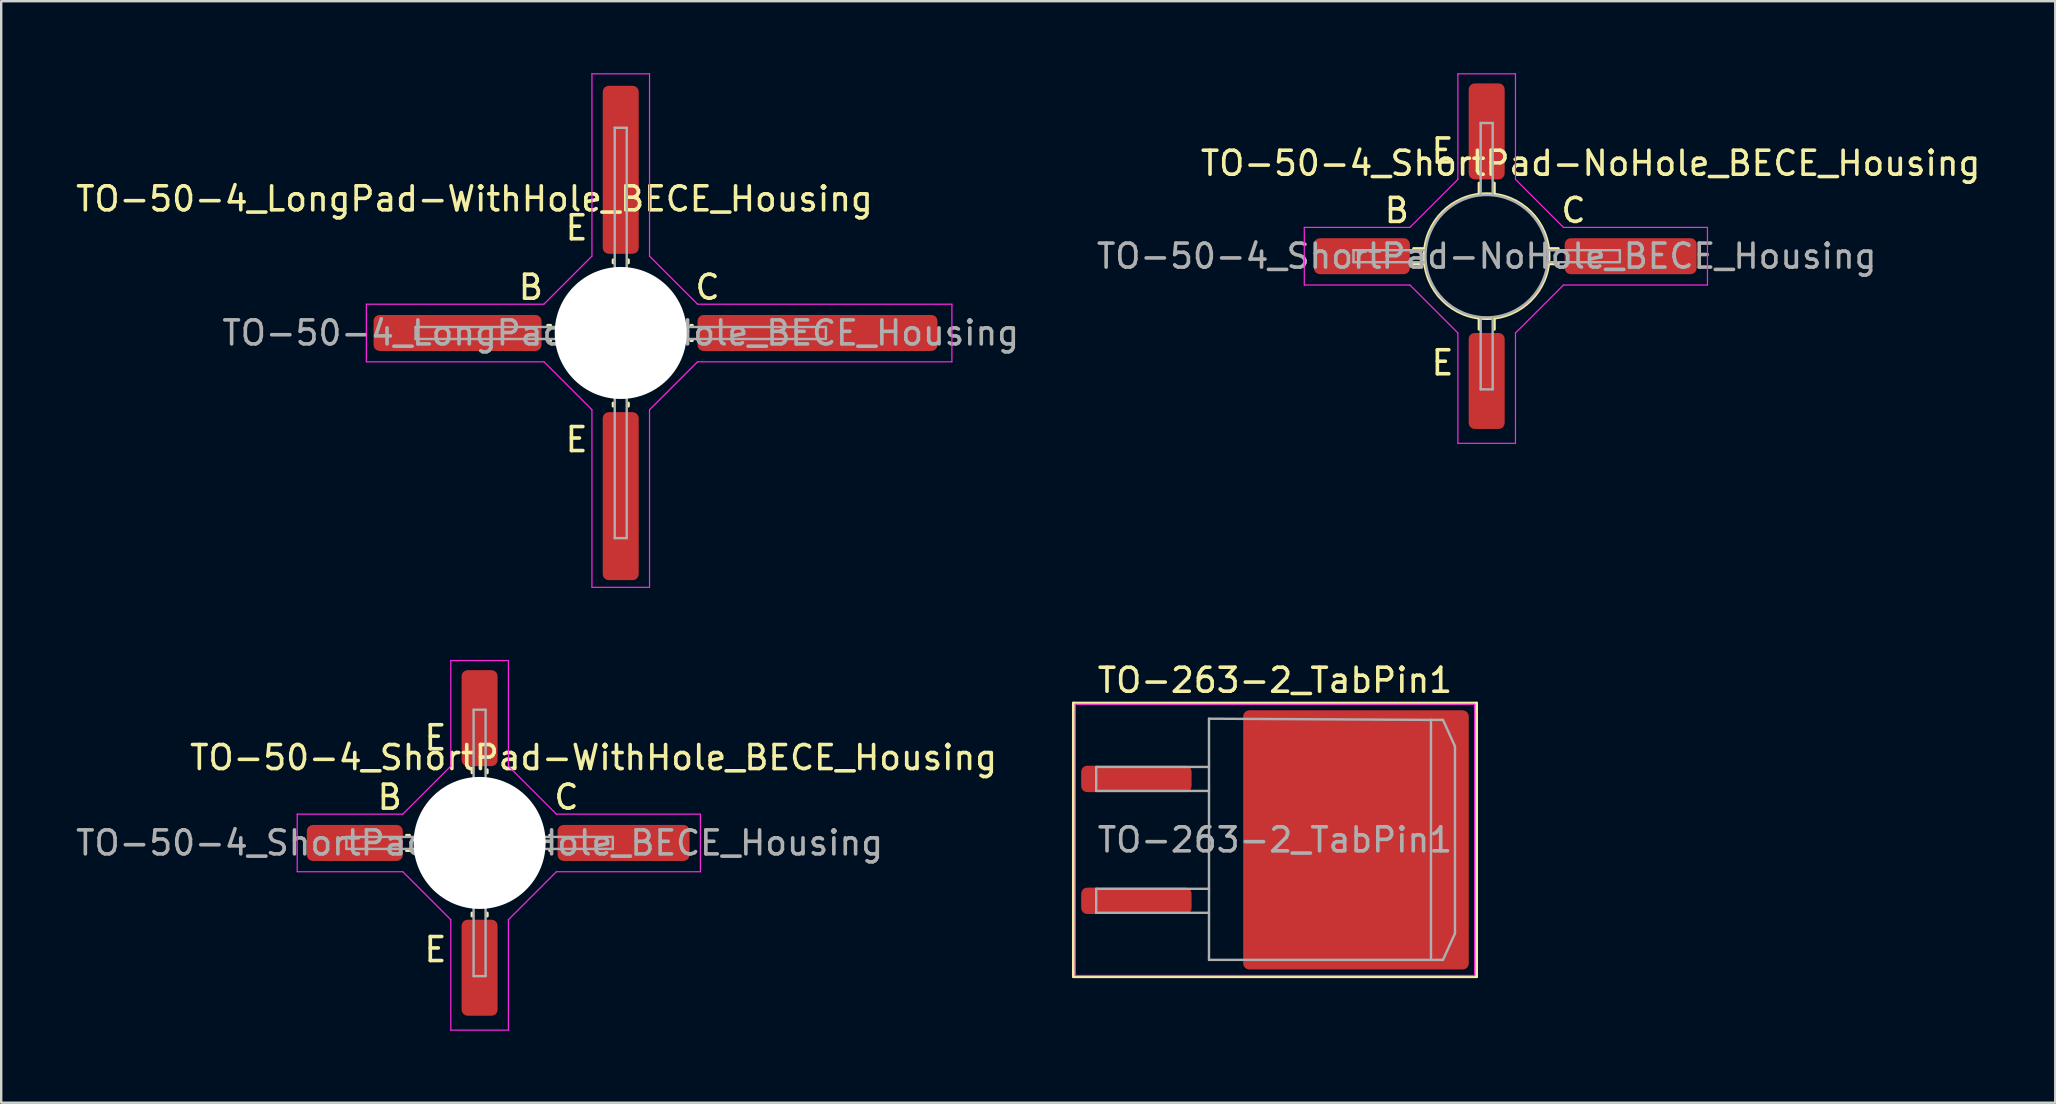
<source format=kicad_pcb>
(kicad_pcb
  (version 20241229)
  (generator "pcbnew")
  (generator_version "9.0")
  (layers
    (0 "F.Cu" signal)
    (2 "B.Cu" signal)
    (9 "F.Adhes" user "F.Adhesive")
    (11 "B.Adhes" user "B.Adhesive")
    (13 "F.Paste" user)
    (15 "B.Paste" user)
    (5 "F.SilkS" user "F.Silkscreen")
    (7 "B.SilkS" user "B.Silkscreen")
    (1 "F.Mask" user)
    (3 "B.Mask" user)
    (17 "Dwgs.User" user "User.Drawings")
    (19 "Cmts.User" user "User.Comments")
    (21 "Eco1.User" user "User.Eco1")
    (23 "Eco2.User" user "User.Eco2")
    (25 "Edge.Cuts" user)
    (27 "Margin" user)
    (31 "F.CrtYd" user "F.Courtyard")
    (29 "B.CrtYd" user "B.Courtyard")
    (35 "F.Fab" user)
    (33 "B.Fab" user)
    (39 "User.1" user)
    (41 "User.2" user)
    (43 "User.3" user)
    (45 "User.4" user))
  (footprint "TO-50-4_ShortPad-NoHole_BECE_Housing"
    (layer "F.Cu")
    (at 58.9 7.625)
    (property "Reference" "TO-50-4_ShortPad-NoHole_BECE_Housing" (at 4.33 -3.87 0) (layer "F.SilkS") (effects (font (size 1 1) (thickness 0.15))))
    (attr smd)
    (fp_line (start -2.602 -0.318) (end -3.046 -0.318) (stroke (width 0.12) (type solid)) (layer "F.SilkS"))
    (fp_line (start -2.602 0.318) (end -3.046 0.318) (stroke (width 0.12) (type solid)) (layer "F.SilkS"))
    (fp_line (start -0.316 -3.048) (end -0.316 -2.603) (stroke (width 0.12) (type solid)) (layer "F.SilkS"))
    (fp_line (start -0.316 2.603) (end -0.316 3.048) (stroke (width 0.12) (type solid)) (layer "F.SilkS"))
    (fp_line (start 0.319 -3.048) (end 0.319 -2.603) (stroke (width 0.12) (type solid)) (layer "F.SilkS"))
    (fp_line (start 0.319 2.603) (end 0.319 3.048) (stroke (width 0.12) (type solid)) (layer "F.SilkS"))
    (fp_line (start 2.603 -0.318) (end 2.985 -0.318) (stroke (width 0.12) (type solid)) (layer "F.SilkS"))
    (fp_line (start 2.603 0.318) (end 2.985 0.318) (stroke (width 0.12) (type solid)) (layer "F.SilkS"))
    (fp_circle (center 0 0) (end 0 -2.6) (stroke (width 0.12) (type solid)) (fill no) (layer "F.SilkS"))
    (fp_line (start -7.6 -1.2) (end -3.2 -1.2) (stroke (width 0.05) (type solid)) (layer "F.CrtYd"))
    (fp_line (start -7.6 1.2) (end -7.6 -1.2) (stroke (width 0.05) (type solid)) (layer "F.CrtYd"))
    (fp_line (start -3.2 -1.2) (end -1.2 -3.2) (stroke (width 0.05) (type solid)) (layer "F.CrtYd"))
    (fp_line (start -3.2 1.2) (end -7.6 1.2) (stroke (width 0.05) (type solid)) (layer "F.CrtYd"))
    (fp_line (start -1.2 -7.6) (end 1.2 -7.6) (stroke (width 0.05) (type solid)) (layer "F.CrtYd"))
    (fp_line (start -1.2 -3.2) (end -1.2 -7.6) (stroke (width 0.05) (type solid)) (layer "F.CrtYd"))
    (fp_line (start -1.2 3.2) (end -3.2 1.2) (stroke (width 0.05) (type solid)) (layer "F.CrtYd"))
    (fp_line (start -1.2 7.8) (end -1.2 3.2) (stroke (width 0.05) (type solid)) (layer "F.CrtYd"))
    (fp_line (start 1.2 -7.6) (end 1.2 -3.2) (stroke (width 0.05) (type solid)) (layer "F.CrtYd"))
    (fp_line (start 1.2 -3.2) (end 3.2 -1.2) (stroke (width 0.05) (type solid)) (layer "F.CrtYd"))
    (fp_line (start 1.2 3.2) (end 1.2 7.8) (stroke (width 0.05) (type solid)) (layer "F.CrtYd"))
    (fp_line (start 1.2 7.8) (end -1.2 7.8) (stroke (width 0.05) (type solid)) (layer "F.CrtYd"))
    (fp_line (start 3.2 -1.2) (end 9.2 -1.2) (stroke (width 0.05) (type solid)) (layer "F.CrtYd"))
    (fp_line (start 3.2 1.2) (end 1.2 3.2) (stroke (width 0.05) (type solid)) (layer "F.CrtYd"))
    (fp_line (start 9.2 -1.2) (end 9.2 1.2) (stroke (width 0.05) (type solid)) (layer "F.CrtYd"))
    (fp_line (start 9.2 1.2) (end 3.2 1.2) (stroke (width 0.05) (type solid)) (layer "F.CrtYd"))
    (fp_line (start -5.55 -0.25) (end -5.55 0.25) (stroke (width 0.1) (type solid)) (layer "F.Fab"))
    (fp_line (start -5.55 0.25) (end -2.55 0.25) (stroke (width 0.1) (type solid)) (layer "F.Fab"))
    (fp_line (start -2.55 -0.25) (end -5.55 -0.25) (stroke (width 0.1) (type solid)) (layer "F.Fab"))
    (fp_line (start -0.25 -5.55) (end -0.25 -2.55) (stroke (width 0.1) (type solid)) (layer "F.Fab"))
    (fp_line (start -0.25 2.55) (end -0.25 5.55) (stroke (width 0.1) (type solid)) (layer "F.Fab"))
    (fp_line (start -0.25 5.55) (end 0.25 5.55) (stroke (width 0.1) (type solid)) (layer "F.Fab"))
    (fp_line (start 0.25 -5.55) (end -0.25 -5.55) (stroke (width 0.1) (type solid)) (layer "F.Fab"))
    (fp_line (start 0.25 -2.55) (end 0.25 -5.55) (stroke (width 0.1) (type solid)) (layer "F.Fab"))
    (fp_line (start 0.25 5.55) (end 0.25 2.55) (stroke (width 0.1) (type solid)) (layer "F.Fab"))
    (fp_line (start 2.55 0.25) (end 5.55 0.25) (stroke (width 0.1) (type solid)) (layer "F.Fab"))
    (fp_line (start 5.55 -0.25) (end 2.55 -0.25) (stroke (width 0.1) (type solid)) (layer "F.Fab"))
    (fp_line (start 5.55 0.25) (end 5.55 -0.25) (stroke (width 0.1) (type solid)) (layer "F.Fab"))
    (fp_circle (center 0 0) (end 0.05 -2.55) (stroke (width 0.1) (type solid)) (fill no) (layer "F.Fab"))
    (fp_text user "C" (at 3.619 -1.905 0) (layer "F.SilkS") (effects (font (size 1 1) (thickness 0.15))))
    (fp_text user "B" (at -3.745 -1.905 0) (layer "F.SilkS") (effects (font (size 1 1) (thickness 0.15))))
    (fp_text user "E" (at -1.84 -4.381 0) (layer "F.SilkS") (effects (font (size 1 1) (thickness 0.15))))
    (fp_text user "E" (at -1.84 4.445 0) (layer "F.SilkS") (effects (font (size 1 1) (thickness 0.15))))
    (fp_text user "${REFERENCE}" (at 0 0 0) (layer "F.Fab") (effects (font (size 1 1) (thickness 0.15))))
    (pad "1" smd roundrect (at -5.2 0 270) (size 1.5 4) (layers "F.Cu" "F.Mask" "F.Paste") (roundrect_rratio 0.167))
    (pad "2" smd roundrect (at 0 5.2 270) (size 4 1.5) (layers "F.Cu" "F.Mask" "F.Paste") (roundrect_rratio 0.167))
    (pad "3" smd roundrect (at 6 0 270) (size 1.5 5.5) (layers "F.Cu" "F.Mask" "F.Paste") (roundrect_rratio 0.167))
    (pad "4" smd roundrect (at 0 -5.2 270) (size 4 1.5) (layers "F.Cu" "F.Mask" "F.Paste") (roundrect_rratio 0.167)))
  (footprint "TO-50-4_ShortPad-WithHole_BECE_Housing"
    (layer "F.Cu")
    (at 16.935 32.075)
    (property "Reference" "TO-50-4_ShortPad-WithHole_BECE_Housing" (at 4.75 -3.556 0) (layer "F.SilkS") (effects (font (size 1 1) (thickness 0.15))))
    (attr smd)
    (fp_line (start -2.921 -0.318) (end -3.046 -0.318) (stroke (width 0.12) (type solid)) (layer "F.SilkS"))
    (fp_line (start -2.921 0.318) (end -3.046 0.318) (stroke (width 0.12) (type solid)) (layer "F.SilkS"))
    (fp_line (start -0.316 -3.048) (end -0.316 -2.921) (stroke (width 0.12) (type solid)) (layer "F.SilkS"))
    (fp_line (start -0.316 2.921) (end -0.316 3.048) (stroke (width 0.12) (type solid)) (layer "F.SilkS"))
    (fp_line (start 0.318 2.921) (end 0.319 3.048) (stroke (width 0.12) (type solid)) (layer "F.SilkS"))
    (fp_line (start 0.319 -3.048) (end 0.319 -2.921) (stroke (width 0.12) (type solid)) (layer "F.SilkS"))
    (fp_line (start 2.921 -0.318) (end 2.985 -0.318) (stroke (width 0.12) (type solid)) (layer "F.SilkS"))
    (fp_line (start 2.921 0.318) (end 2.985 0.318) (stroke (width 0.12) (type solid)) (layer "F.SilkS"))
    (fp_line (start -7.6 -1.2) (end -3.2 -1.2) (stroke (width 0.05) (type solid)) (layer "F.CrtYd"))
    (fp_line (start -7.6 1.2) (end -7.6 -1.2) (stroke (width 0.05) (type solid)) (layer "F.CrtYd"))
    (fp_line (start -3.2 -1.2) (end -1.2 -3.2) (stroke (width 0.05) (type solid)) (layer "F.CrtYd"))
    (fp_line (start -3.2 1.2) (end -7.6 1.2) (stroke (width 0.05) (type solid)) (layer "F.CrtYd"))
    (fp_line (start -1.2 -7.6) (end 1.2 -7.6) (stroke (width 0.05) (type solid)) (layer "F.CrtYd"))
    (fp_line (start -1.2 -3.2) (end -1.2 -7.6) (stroke (width 0.05) (type solid)) (layer "F.CrtYd"))
    (fp_line (start -1.2 3.2) (end -3.2 1.2) (stroke (width 0.05) (type solid)) (layer "F.CrtYd"))
    (fp_line (start -1.2 7.8) (end -1.2 3.2) (stroke (width 0.05) (type solid)) (layer "F.CrtYd"))
    (fp_line (start 1.2 -7.6) (end 1.2 -3.2) (stroke (width 0.05) (type solid)) (layer "F.CrtYd"))
    (fp_line (start 1.2 -3.2) (end 3.2 -1.2) (stroke (width 0.05) (type solid)) (layer "F.CrtYd"))
    (fp_line (start 1.2 3.2) (end 1.2 7.8) (stroke (width 0.05) (type solid)) (layer "F.CrtYd"))
    (fp_line (start 1.2 7.8) (end -1.2 7.8) (stroke (width 0.05) (type solid)) (layer "F.CrtYd"))
    (fp_line (start 3.2 -1.2) (end 9.2 -1.2) (stroke (width 0.05) (type solid)) (layer "F.CrtYd"))
    (fp_line (start 3.2 1.2) (end 1.2 3.2) (stroke (width 0.05) (type solid)) (layer "F.CrtYd"))
    (fp_line (start 9.2 -1.2) (end 9.2 1.2) (stroke (width 0.05) (type solid)) (layer "F.CrtYd"))
    (fp_line (start 9.2 1.2) (end 3.2 1.2) (stroke (width 0.05) (type solid)) (layer "F.CrtYd"))
    (fp_line (start -5.55 -0.25) (end -5.55 0.25) (stroke (width 0.1) (type solid)) (layer "F.Fab"))
    (fp_line (start -5.55 0.25) (end -2.55 0.25) (stroke (width 0.1) (type solid)) (layer "F.Fab"))
    (fp_line (start -2.55 -0.25) (end -5.55 -0.25) (stroke (width 0.1) (type solid)) (layer "F.Fab"))
    (fp_line (start -0.25 -5.55) (end -0.25 -2.55) (stroke (width 0.1) (type solid)) (layer "F.Fab"))
    (fp_line (start -0.25 2.55) (end -0.25 5.55) (stroke (width 0.1) (type solid)) (layer "F.Fab"))
    (fp_line (start -0.25 5.55) (end 0.25 5.55) (stroke (width 0.1) (type solid)) (layer "F.Fab"))
    (fp_line (start 0.25 -5.55) (end -0.25 -5.55) (stroke (width 0.1) (type solid)) (layer "F.Fab"))
    (fp_line (start 0.25 -2.55) (end 0.25 -5.55) (stroke (width 0.1) (type solid)) (layer "F.Fab"))
    (fp_line (start 0.25 5.55) (end 0.25 2.55) (stroke (width 0.1) (type solid)) (layer "F.Fab"))
    (fp_line (start 2.55 0.25) (end 5.55 0.25) (stroke (width 0.1) (type solid)) (layer "F.Fab"))
    (fp_line (start 5.55 -0.25) (end 2.55 -0.25) (stroke (width 0.1) (type solid)) (layer "F.Fab"))
    (fp_line (start 5.55 0.25) (end 5.55 -0.25) (stroke (width 0.1) (type solid)) (layer "F.Fab"))
    (fp_circle (center 0 0) (end 0.05 -2.55) (stroke (width 0.1) (type solid)) (fill no) (layer "F.Fab"))
    (fp_text user "E" (at -1.84 4.445 0) (layer "F.SilkS") (effects (font (size 1 1) (thickness 0.15))))
    (fp_text user "E" (at -1.84 -4.381 0) (layer "F.SilkS") (effects (font (size 1 1) (thickness 0.15))))
    (fp_text user "B" (at -3.745 -1.905 0) (layer "F.SilkS") (effects (font (size 1 1) (thickness 0.15))))
    (fp_text user "C" (at 3.619 -1.905 0) (layer "F.SilkS") (effects (font (size 1 1) (thickness 0.15))))
    (fp_text user "${REFERENCE}" (at 0 0 0) (layer "F.Fab") (effects (font (size 1 1) (thickness 0.15))))
    (pad "" np_thru_hole circle (at 0 0 270) (size 5.5 5.5) (drill 5.5) (layers "*.Cu" "*.Mask"))
    (pad "1" smd roundrect (at -5.2 0 270) (size 1.5 4) (layers "F.Cu" "F.Mask" "F.Paste") (roundrect_rratio 0.167))
    (pad "2" smd roundrect (at 0 5.2 270) (size 4 1.5) (layers "F.Cu" "F.Mask" "F.Paste") (roundrect_rratio 0.167))
    (pad "3" smd roundrect (at 6 0 270) (size 1.5 5.5) (layers "F.Cu" "F.Mask" "F.Paste") (roundrect_rratio 0.167))
    (pad "4" smd roundrect (at 0 -5.2 270) (size 4 1.5) (layers "F.Cu" "F.Mask" "F.Paste") (roundrect_rratio 0.167)))
  (footprint "TO-263-2_TabPin1"
    (layer "F.Cu")
    (at 50.079 31.948)
    (property "Reference" "TO-263-2_TabPin1" (at 0 -6.65 0) (layer "F.SilkS") (effects (font (size 1 1) (thickness 0.15))))
    (attr smd)
    (fp_line (start -8.4 -5.7) (end -8.4 5.7) (stroke (width 0.12) (type solid)) (layer "F.SilkS"))
    (fp_line (start -8.4 5.7) (end 8.4 5.7) (stroke (width 0.12) (type solid)) (layer "F.SilkS"))
    (fp_line (start 8.4 -5.7) (end -8.4 -5.7) (stroke (width 0.12) (type solid)) (layer "F.SilkS"))
    (fp_line (start 8.4 5.7) (end 8.4 -5.7) (stroke (width 0.12) (type solid)) (layer "F.SilkS"))
    (fp_line (start -8.32 -5.65) (end -8.32 5.65) (stroke (width 0.05) (type solid)) (layer "F.CrtYd"))
    (fp_line (start -8.32 5.65) (end 8.32 5.65) (stroke (width 0.05) (type solid)) (layer "F.CrtYd"))
    (fp_line (start 8.32 -5.65) (end -8.32 -5.65) (stroke (width 0.05) (type solid)) (layer "F.CrtYd"))
    (fp_line (start 8.32 5.65) (end 8.32 -5.65) (stroke (width 0.05) (type solid)) (layer "F.CrtYd"))
    (fp_line (start -7.45 -3.04) (end -7.45 -2.04) (stroke (width 0.1) (type solid)) (layer "F.Fab"))
    (fp_line (start -7.45 -2.04) (end -2.75 -2.04) (stroke (width 0.1) (type solid)) (layer "F.Fab"))
    (fp_line (start -7.45 2.04) (end -7.45 3.04) (stroke (width 0.1) (type solid)) (layer "F.Fab"))
    (fp_line (start -7.45 3.04) (end -2.75 3.04) (stroke (width 0.1) (type solid)) (layer "F.Fab"))
    (fp_line (start -2.75 -5.05) (end 6.5 -5) (stroke (width 0.1) (type solid)) (layer "F.Fab"))
    (fp_line (start -2.75 -3.04) (end -7.45 -3.04) (stroke (width 0.1) (type solid)) (layer "F.Fab"))
    (fp_line (start -2.75 2.04) (end -7.45 2.04) (stroke (width 0.1) (type solid)) (layer "F.Fab"))
    (fp_line (start -2.75 5) (end -2.75 -5.05) (stroke (width 0.1) (type solid)) (layer "F.Fab"))
    (fp_line (start 6.5 -5) (end 6.5 5) (stroke (width 0.1) (type solid)) (layer "F.Fab"))
    (fp_line (start 6.5 -5) (end 7 -5) (stroke (width 0.1) (type solid)) (layer "F.Fab"))
    (fp_line (start 6.5 5) (end -2.75 5) (stroke (width 0.1) (type solid)) (layer "F.Fab"))
    (fp_line (start 6.5 5) (end 7 5) (stroke (width 0.1) (type solid)) (layer "F.Fab"))
    (fp_line (start 7 -5) (end 7.5 -3.9) (stroke (width 0.1) (type solid)) (layer "F.Fab"))
    (fp_line (start 7 5) (end 7.5 3.9) (stroke (width 0.1) (type solid)) (layer "F.Fab"))
    (fp_line (start 7.5 -3.9) (end 7.5 3.9) (stroke (width 0.1) (type solid)) (layer "F.Fab"))
    (fp_text user "${REFERENCE}" (at 0 0 0) (layer "F.Fab") (effects (font (size 1 1) (thickness 0.15))))
    (pad "" smd roundrect (at -0.1 -3.9) (size 2 2.3) (layers "F.Paste") (roundrect_rratio 0.125))
    (pad "" smd roundrect (at -0.1 -1.3) (size 2 2.3) (layers "F.Paste") (roundrect_rratio 0.125))
    (pad "" smd roundrect (at -0.1 1.3) (size 2 2.3) (layers "F.Paste") (roundrect_rratio 0.125))
    (pad "" smd roundrect (at -0.1 3.9) (size 2 2.3) (layers "F.Paste") (roundrect_rratio 0.125))
    (pad "" smd roundrect (at 2.2 -3.9) (size 2 2.3) (layers "F.Paste") (roundrect_rratio 0.125))
    (pad "" smd roundrect (at 2.2 -1.3) (size 2 2.3) (layers "F.Paste") (roundrect_rratio 0.125))
    (pad "" smd roundrect (at 2.2 1.3) (size 2 2.3) (layers "F.Paste") (roundrect_rratio 0.125))
    (pad "" smd roundrect (at 2.2 3.9) (size 2 2.3) (layers "F.Paste") (roundrect_rratio 0.125))
    (pad "" smd roundrect (at 4.5 -3.9) (size 2 2.3) (layers "F.Paste") (roundrect_rratio 0.125))
    (pad "" smd roundrect (at 4.5 -1.3) (size 2 2.3) (layers "F.Paste") (roundrect_rratio 0.125))
    (pad "" smd roundrect (at 4.5 1.3) (size 2 2.3) (layers "F.Paste") (roundrect_rratio 0.125))
    (pad "" smd roundrect (at 4.5 3.9) (size 2 2.3) (layers "F.Paste") (roundrect_rratio 0.125))
    (pad "" smd roundrect (at 6.8 -3.9) (size 2 2.3) (layers "F.Paste") (roundrect_rratio 0.125))
    (pad "" smd roundrect (at 6.8 -1.3) (size 2 2.3) (layers "F.Paste") (roundrect_rratio 0.125))
    (pad "" smd roundrect (at 6.8 1.3) (size 2 2.3) (layers "F.Paste") (roundrect_rratio 0.125))
    (pad "" smd roundrect (at 6.8 3.9) (size 2 2.3) (layers "F.Paste") (roundrect_rratio 0.125))
    (pad "1" smd roundrect (at -5.775 -2.54) (size 4.6 1.1) (layers "F.Cu" "F.Mask" "F.Paste") (roundrect_rratio 0.227))
    (pad "1" smd roundrect (at 3.375 0) (size 9.4 10.8) (layers "F.Cu" "F.Mask") (roundrect_rratio 0.027))
    (pad "2" smd roundrect (at -5.775 2.54) (size 4.6 1.1) (layers "F.Cu" "F.Mask" "F.Paste") (roundrect_rratio 0.227)))
  (footprint "TO-50-4_LongPad-WithHole_BECE_Housing"
    (layer "F.Cu")
    (at 22.816 10.825)
    (property "Reference" "TO-50-4_LongPad-WithHole_BECE_Housing" (at -6.096 -5.588 0) (layer "F.SilkS") (effects (font (size 1 1) (thickness 0.15))))
    (attr smd)
    (fp_line (start -2.921 -0.318) (end -3.046 -0.318) (stroke (width 0.12) (type solid)) (layer "F.SilkS"))
    (fp_line (start -2.921 0.318) (end -3.046 0.318) (stroke (width 0.12) (type solid)) (layer "F.SilkS"))
    (fp_line (start -0.318 2.921) (end -0.316 3.048) (stroke (width 0.12) (type solid)) (layer "F.SilkS"))
    (fp_line (start -0.316 -3.048) (end -0.318 -2.921) (stroke (width 0.12) (type solid)) (layer "F.SilkS"))
    (fp_line (start 0.319 -3.048) (end 0.319 -2.921) (stroke (width 0.12) (type solid)) (layer "F.SilkS"))
    (fp_line (start 0.319 2.921) (end 0.319 3.048) (stroke (width 0.12) (type solid)) (layer "F.SilkS"))
    (fp_line (start 2.921 -0.318) (end 2.985 -0.318) (stroke (width 0.12) (type solid)) (layer "F.SilkS"))
    (fp_line (start 2.921 0.318) (end 2.985 0.318) (stroke (width 0.12) (type solid)) (layer "F.SilkS"))
    (fp_line (start -10.6 -1.2) (end -3.2 -1.2) (stroke (width 0.05) (type solid)) (layer "F.CrtYd"))
    (fp_line (start -10.6 1.2) (end -10.6 -1.2) (stroke (width 0.05) (type solid)) (layer "F.CrtYd"))
    (fp_line (start -3.2 -1.2) (end -1.2 -3.2) (stroke (width 0.05) (type solid)) (layer "F.CrtYd"))
    (fp_line (start -3.2 1.2) (end -10.6 1.2) (stroke (width 0.05) (type solid)) (layer "F.CrtYd"))
    (fp_line (start -1.2 -10.8) (end 1.2 -10.8) (stroke (width 0.05) (type solid)) (layer "F.CrtYd"))
    (fp_line (start -1.2 -3.2) (end -1.2 -10.8) (stroke (width 0.05) (type solid)) (layer "F.CrtYd"))
    (fp_line (start -1.2 3.2) (end -3.2 1.2) (stroke (width 0.05) (type solid)) (layer "F.CrtYd"))
    (fp_line (start -1.2 10.6) (end -1.2 3.2) (stroke (width 0.05) (type solid)) (layer "F.CrtYd"))
    (fp_line (start 1.2 -10.8) (end 1.2 -3.2) (stroke (width 0.05) (type solid)) (layer "F.CrtYd"))
    (fp_line (start 1.2 -3.2) (end 3.2 -1.2) (stroke (width 0.05) (type solid)) (layer "F.CrtYd"))
    (fp_line (start 1.2 3.2) (end 1.2 10.6) (stroke (width 0.05) (type solid)) (layer "F.CrtYd"))
    (fp_line (start 1.2 10.6) (end -1.2 10.6) (stroke (width 0.05) (type solid)) (layer "F.CrtYd"))
    (fp_line (start 3.2 -1.2) (end 13.8 -1.2) (stroke (width 0.05) (type solid)) (layer "F.CrtYd"))
    (fp_line (start 3.2 1.2) (end 1.2 3.2) (stroke (width 0.05) (type solid)) (layer "F.CrtYd"))
    (fp_line (start 13.8 -1.2) (end 13.8 1.2) (stroke (width 0.05) (type solid)) (layer "F.CrtYd"))
    (fp_line (start 13.8 1.2) (end 3.2 1.2) (stroke (width 0.05) (type solid)) (layer "F.CrtYd"))
    (fp_line (start -8.55 -0.25) (end -8.55 0.25) (stroke (width 0.1) (type solid)) (layer "F.Fab"))
    (fp_line (start -8.55 0.25) (end -2.55 0.25) (stroke (width 0.1) (type solid)) (layer "F.Fab"))
    (fp_line (start -2.55 -0.25) (end -8.55 -0.25) (stroke (width 0.1) (type solid)) (layer "F.Fab"))
    (fp_line (start -0.25 -8.55) (end -0.25 -2.55) (stroke (width 0.1) (type solid)) (layer "F.Fab"))
    (fp_line (start -0.25 2.55) (end -0.25 8.55) (stroke (width 0.1) (type solid)) (layer "F.Fab"))
    (fp_line (start -0.25 8.55) (end 0.25 8.55) (stroke (width 0.1) (type solid)) (layer "F.Fab"))
    (fp_line (start 0.25 -8.55) (end -0.25 -8.55) (stroke (width 0.1) (type solid)) (layer "F.Fab"))
    (fp_line (start 0.25 -2.55) (end 0.25 -8.55) (stroke (width 0.1) (type solid)) (layer "F.Fab"))
    (fp_line (start 0.25 8.55) (end 0.25 2.55) (stroke (width 0.1) (type solid)) (layer "F.Fab"))
    (fp_line (start 2.55 0.25) (end 8.55 0.25) (stroke (width 0.1) (type solid)) (layer "F.Fab"))
    (fp_line (start 8.55 -0.25) (end 2.55 -0.25) (stroke (width 0.1) (type solid)) (layer "F.Fab"))
    (fp_line (start 8.55 0.25) (end 8.55 -0.25) (stroke (width 0.1) (type solid)) (layer "F.Fab"))
    (fp_circle (center 0 0) (end 0.05 -2.55) (stroke (width 0.1) (type solid)) (fill no) (layer "F.Fab"))
    (fp_text user "C" (at 3.619 -1.905 0) (layer "F.SilkS") (effects (font (size 1 1) (thickness 0.15))))
    (fp_text user "E" (at -1.84 -4.381 0) (layer "F.SilkS") (effects (font (size 1 1) (thickness 0.15))))
    (fp_text user "E" (at -1.84 4.445 0) (layer "F.SilkS") (effects (font (size 1 1) (thickness 0.15))))
    (fp_text user "B" (at -3.745 -1.905 0) (layer "F.SilkS") (effects (font (size 1 1) (thickness 0.15))))
    (fp_text user "${REFERENCE}" (at 0 0 180) (layer "F.Fab") (effects (font (size 1 1) (thickness 0.15))))
    (pad "" np_thru_hole circle (at 0 0 270) (size 5.5 5.5) (drill 5.5) (layers "*.Cu" "*.Mask"))
    (pad "1" smd roundrect (at -6.8 0 270) (size 1.5 7) (layers "F.Cu" "F.Mask" "F.Paste") (roundrect_rratio 0.167))
    (pad "2" smd roundrect (at 0 6.8 270) (size 7 1.5) (layers "F.Cu" "F.Mask" "F.Paste") (roundrect_rratio 0.167))
    (pad "3" smd roundrect (at 8.2 0 270) (size 1.5 10) (layers "F.Cu" "F.Mask" "F.Paste") (roundrect_rratio 0.167))
    (pad "4" smd roundrect (at 0 -6.8 270) (size 7 1.5) (layers "F.Cu" "F.Mask" "F.Paste") (roundrect_rratio 0.167)))
  (gr_rect
    (start -3 -3)
    (end 82.593 42.9)
    (stroke (width 0.1) (type default))
    (fill no)
    (layer "Edge.Cuts")))
</source>
